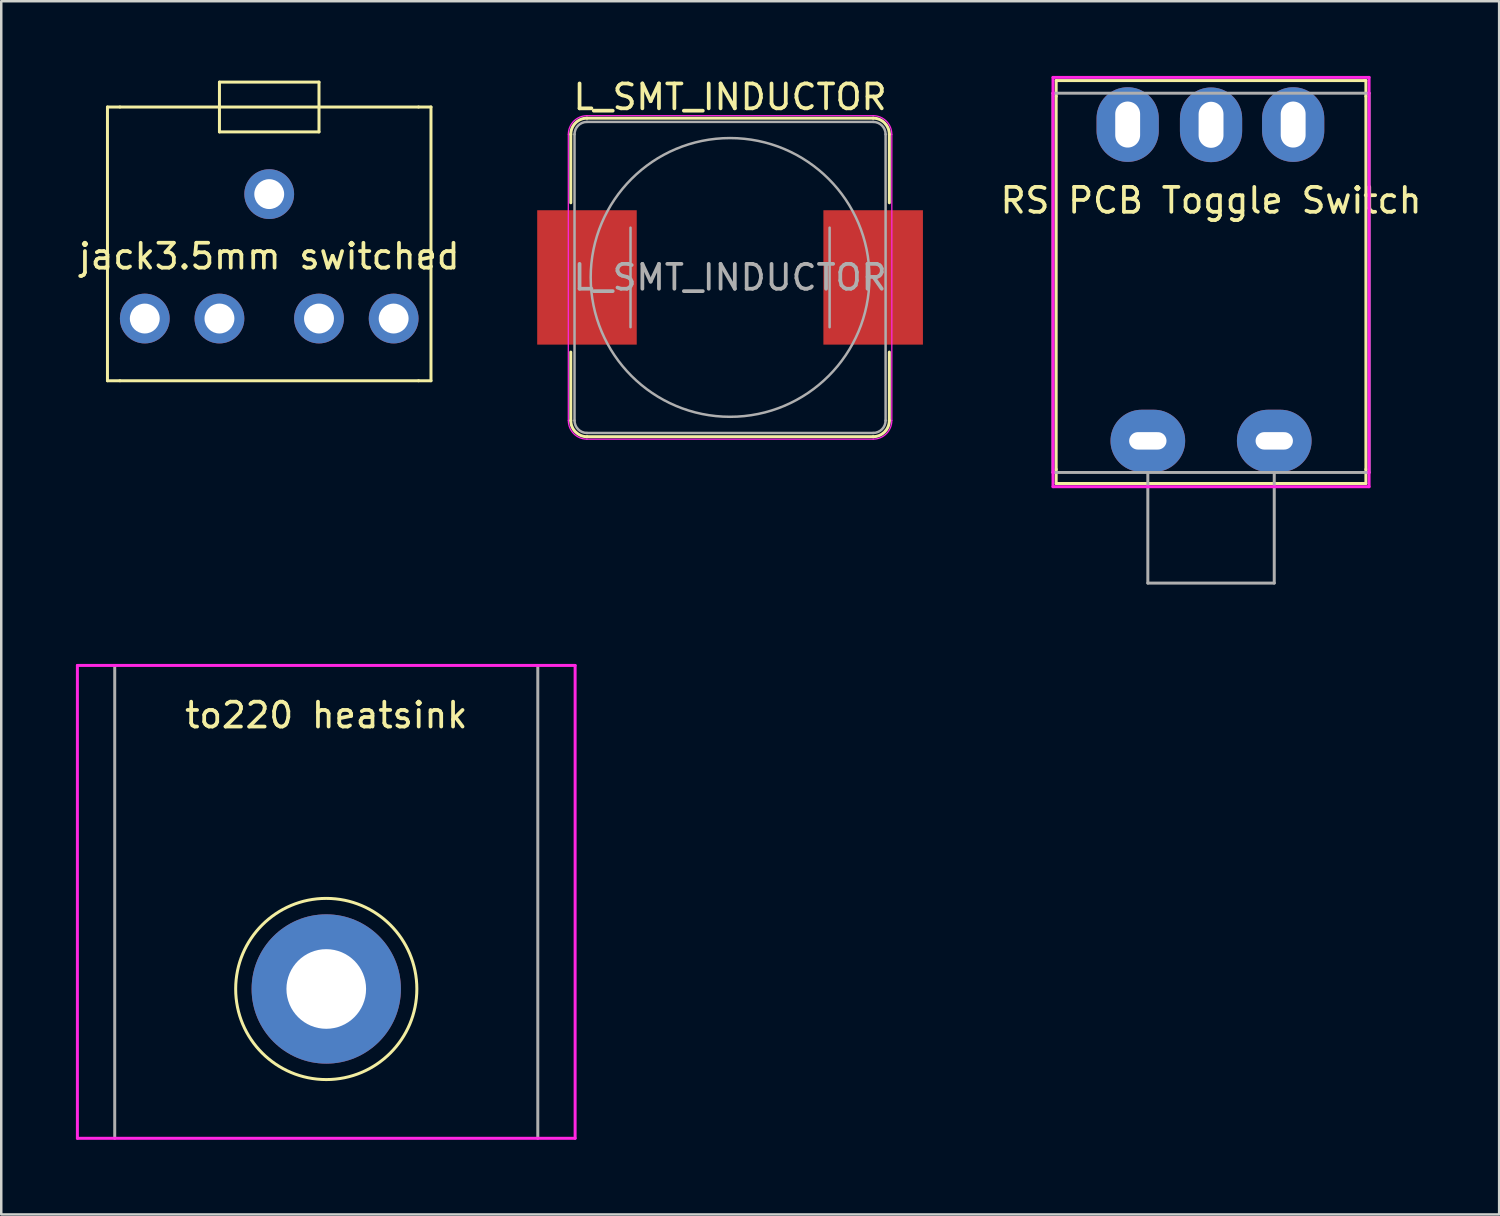
<source format=kicad_pcb>
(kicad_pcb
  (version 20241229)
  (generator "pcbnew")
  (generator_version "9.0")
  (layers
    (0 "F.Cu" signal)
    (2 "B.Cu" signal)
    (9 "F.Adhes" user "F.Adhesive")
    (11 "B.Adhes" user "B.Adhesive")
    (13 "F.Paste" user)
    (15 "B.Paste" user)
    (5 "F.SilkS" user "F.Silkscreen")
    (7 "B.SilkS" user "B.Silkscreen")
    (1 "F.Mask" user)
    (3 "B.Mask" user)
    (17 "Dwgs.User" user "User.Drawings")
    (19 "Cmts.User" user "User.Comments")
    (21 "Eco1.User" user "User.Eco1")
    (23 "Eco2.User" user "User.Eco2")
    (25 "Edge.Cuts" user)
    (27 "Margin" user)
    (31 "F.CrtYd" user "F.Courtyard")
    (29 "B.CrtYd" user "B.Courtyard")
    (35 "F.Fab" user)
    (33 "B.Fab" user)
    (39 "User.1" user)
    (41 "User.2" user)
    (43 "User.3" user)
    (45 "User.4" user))
  (footprint "L_SMT_INDUCTOR"
    (layer "F.Cu")
    (at 26.286 8.098)
    (property "Reference" "L_SMT_INDUCTOR" (at 0 -7.25 0) (layer "F.SilkS") (effects (font (size 1 1) (thickness 0.15))))
    (attr smd)
    (fp_line (start -6.4 -5.75) (end -6.4 -3) (stroke (width 0.12) (type solid)) (layer "F.SilkS"))
    (fp_line (start -6.4 3) (end -6.4 5.75) (stroke (width 0.12) (type solid)) (layer "F.SilkS"))
    (fp_line (start -5.75 -6.4) (end 5.75 -6.4) (stroke (width 0.12) (type solid)) (layer "F.SilkS"))
    (fp_line (start 5.75 6.4) (end -5.75 6.4) (stroke (width 0.12) (type solid)) (layer "F.SilkS"))
    (fp_line (start 6.4 -5.75) (end 6.4 -3) (stroke (width 0.12) (type solid)) (layer "F.SilkS"))
    (fp_line (start 6.4 3) (end 6.4 5.75) (stroke (width 0.12) (type solid)) (layer "F.SilkS"))
    (fp_arc (start -6.4 -5.75) (mid -6.209619 -6.209619) (end -5.75 -6.4) (stroke (width 0.12) (type solid)) (layer "F.SilkS"))
    (fp_arc (start -5.75 6.4) (mid -6.209619 6.209619) (end -6.4 5.75) (stroke (width 0.12) (type solid)) (layer "F.SilkS"))
    (fp_arc (start 5.75 -6.4) (mid 6.209619 -6.209619) (end 6.4 -5.75) (stroke (width 0.12) (type solid)) (layer "F.SilkS"))
    (fp_arc (start 6.4 5.75) (mid 6.209619 6.209619) (end 5.75 6.4) (stroke (width 0.12) (type solid)) (layer "F.SilkS"))
    (fp_line (start -6.5 5.75) (end -6.5 -5.75) (stroke (width 0.05) (type solid)) (layer "F.CrtYd"))
    (fp_line (start -5.75 -6.5) (end 5.75 -6.5) (stroke (width 0.05) (type solid)) (layer "F.CrtYd"))
    (fp_line (start 5.75 6.5) (end -5.75 6.5) (stroke (width 0.05) (type solid)) (layer "F.CrtYd"))
    (fp_line (start 6.5 -5.75) (end 6.5 5.75) (stroke (width 0.05) (type solid)) (layer "F.CrtYd"))
    (fp_arc (start -6.5 -5.75) (mid -6.28033 -6.28033) (end -5.75 -6.5) (stroke (width 0.05) (type solid)) (layer "F.CrtYd"))
    (fp_arc (start -5.75 6.5) (mid -6.28033 6.28033) (end -6.5 5.75) (stroke (width 0.05) (type solid)) (layer "F.CrtYd"))
    (fp_arc (start 5.75 -6.5) (mid 6.28033 -6.28033) (end 6.5 -5.75) (stroke (width 0.05) (type solid)) (layer "F.CrtYd"))
    (fp_arc (start 6.5 5.75) (mid 6.28033 6.28033) (end 5.75 6.5) (stroke (width 0.05) (type solid)) (layer "F.CrtYd"))
    (fp_line (start -6.25 -5.75) (end -6.25 5.75) (stroke (width 0.1) (type solid)) (layer "F.Fab"))
    (fp_line (start -5.75 -6.25) (end 5.75 -6.25) (stroke (width 0.1) (type solid)) (layer "F.Fab"))
    (fp_line (start -4 2) (end -4 -2) (stroke (width 0.1) (type solid)) (layer "F.Fab"))
    (fp_line (start 4 -2) (end 4 2) (stroke (width 0.1) (type solid)) (layer "F.Fab"))
    (fp_line (start 5.75 6.25) (end -5.75 6.25) (stroke (width 0.1) (type solid)) (layer "F.Fab"))
    (fp_line (start 6.25 -5.75) (end 6.25 5.75) (stroke (width 0.1) (type solid)) (layer "F.Fab"))
    (fp_arc (start -6.25 -5.75) (mid -6.103553 -6.103553) (end -5.75 -6.25) (stroke (width 0.1) (type solid)) (layer "F.Fab"))
    (fp_arc (start -5.75 6.25) (mid -6.103553 6.103553) (end -6.25 5.75) (stroke (width 0.1) (type solid)) (layer "F.Fab"))
    (fp_arc (start 5.75 -6.25) (mid 6.103553 -6.103553) (end 6.25 -5.75) (stroke (width 0.1) (type solid)) (layer "F.Fab"))
    (fp_arc (start 6.25 5.75) (mid 6.103553 6.103553) (end 5.75 6.25) (stroke (width 0.1) (type solid)) (layer "F.Fab"))
    (fp_circle (center 0 0) (end 0 -5.6) (stroke (width 0.1) (type solid)) (fill no) (layer "F.Fab"))
    (fp_text user "${REFERENCE}" (at 0 0 0) (layer "F.Fab") (effects (font (size 1 1) (thickness 0.15))))
    (pad "1" smd rect (at -5.75 0) (size 4 5.4) (layers "F.Cu" "F.Mask" "F.Paste"))
    (pad "2" smd rect (at 5.75 0) (size 4 5.4) (layers "F.Cu" "F.Mask" "F.Paste")))
  (footprint "jack3.5mm switched"
    (layer "F.Cu")
    (at 7.768 0.25)
    (property "Reference" "jack3.5mm switched" (at 0 7 0) (unlocked yes) (layer "F.SilkS") (effects (font (size 1 1) (thickness 0.15))))
    (attr through_hole)
    (fp_line (start -6.5 1) (end -6.5 12) (stroke (width 0.12) (type solid)) (layer "F.SilkS"))
    (fp_line (start -6.5 12) (end -6 12) (stroke (width 0.12) (type solid)) (layer "F.SilkS"))
    (fp_line (start -6 1) (end -6.5 1) (stroke (width 0.12) (type solid)) (layer "F.SilkS"))
    (fp_line (start -6 12) (end 6 12) (stroke (width 0.12) (type solid)) (layer "F.SilkS"))
    (fp_line (start -2 0) (end -2 2) (stroke (width 0.12) (type solid)) (layer "F.SilkS"))
    (fp_line (start -2 2) (end 2 2) (stroke (width 0.12) (type solid)) (layer "F.SilkS"))
    (fp_line (start 2 0) (end -2 0) (stroke (width 0.12) (type solid)) (layer "F.SilkS"))
    (fp_line (start 2 2) (end 2 0) (stroke (width 0.12) (type solid)) (layer "F.SilkS"))
    (fp_line (start 6 1) (end -6 1) (stroke (width 0.12) (type solid)) (layer "F.SilkS"))
    (fp_line (start 6 12) (end 6.5 12) (stroke (width 0.12) (type solid)) (layer "F.SilkS"))
    (fp_line (start 6.5 1) (end 6 1) (stroke (width 0.12) (type solid)) (layer "F.SilkS"))
    (fp_line (start 6.5 12) (end 6.5 1) (stroke (width 0.12) (type solid)) (layer "F.SilkS"))
    (pad "G" thru_hole circle (at 0 4.5 270) (size 2 2) (drill 1.2) (layers "*.Cu" "*.Mask"))
    (pad "S" thru_hole circle (at 5 9.5 270) (size 2 2) (drill 1.2) (layers "*.Cu" "*.Mask"))
    (pad "SN" thru_hole circle (at 2 9.5 270) (size 2 2) (drill 1.2) (layers "*.Cu" "*.Mask"))
    (pad "T" thru_hole circle (at -5 9.5 270) (size 2 2) (drill 1.2) (layers "*.Cu" "*.Mask"))
    (pad "TN" thru_hole circle (at -2 9.5 270) (size 2 2) (drill 1.2) (layers "*.Cu" "*.Mask")))
  (footprint "to220 heatsink"
    (layer "F.Cu")
    (at 10.06 23.69)
    (property "Reference" "to220 heatsink" (at 0 2 0) (unlocked yes) (layer "F.SilkS") (effects (font (size 1 1) (thickness 0.15))))
    (attr through_hole)
    (fp_circle (center 0 13) (end 3.5 12) (stroke (width 0.12) (type solid)) (fill no) (layer "F.SilkS"))
    (fp_line (start -10 0) (end 10 0) (stroke (width 0.12) (type solid)) (layer "F.CrtYd"))
    (fp_line (start -10 19) (end -10 0) (stroke (width 0.12) (type solid)) (layer "F.CrtYd"))
    (fp_line (start 10 0) (end 10 19) (stroke (width 0.12) (type solid)) (layer "F.CrtYd"))
    (fp_line (start 10 19) (end -10 19) (stroke (width 0.12) (type solid)) (layer "F.CrtYd"))
    (fp_line (start -8.5 0) (end -8.5 19) (stroke (width 0.12) (type solid)) (layer "F.Fab"))
    (fp_line (start 8.5 0) (end 8.5 19) (stroke (width 0.12) (type solid)) (layer "F.Fab"))
    (pad "1" thru_hole circle (at 0 13) (size 6 6) (drill 3.2) (layers "*.Cu" "*.Mask")))
  (footprint "RS PCB Toggle Switch"
    (layer "F.Cu")
    (at 45.613 4.505)
    (property "Reference" "RS PCB Toggle Switch" (at 0 0.5 0) (unlocked yes) (layer "F.SilkS") (effects (font (size 1 1) (thickness 0.15))))
    (attr through_hole)
    (fp_line (start -6.223 -4.318) (end 6.16 -4.318) (stroke (width 0.12) (type solid)) (layer "F.SilkS"))
    (fp_line (start -6.223 -3.683) (end -6.223 -4.318) (stroke (width 0.12) (type solid)) (layer "F.SilkS"))
    (fp_line (start -6.223 11.303) (end -6.223 -3.683) (stroke (width 0.12) (type solid)) (layer "F.SilkS"))
    (fp_line (start -6.223 11.874) (end -6.223 11.303) (stroke (width 0.12) (type solid)) (layer "F.SilkS"))
    (fp_line (start 6.16 -4.318) (end 6.223 -4.318) (stroke (width 0.12) (type solid)) (layer "F.SilkS"))
    (fp_line (start 6.223 -4.318) (end 6.223 -3.683) (stroke (width 0.12) (type solid)) (layer "F.SilkS"))
    (fp_line (start 6.223 -3.683) (end 6.223 11.303) (stroke (width 0.12) (type solid)) (layer "F.SilkS"))
    (fp_line (start 6.223 11.303) (end 6.223 11.874) (stroke (width 0.12) (type solid)) (layer "F.SilkS"))
    (fp_line (start 6.223 11.874) (end -6.223 11.874) (stroke (width 0.12) (type solid)) (layer "F.SilkS"))
    (fp_line (start -6.35 -4.445) (end 6.35 -4.445) (stroke (width 0.12) (type solid)) (layer "F.CrtYd"))
    (fp_line (start -6.35 -3.81) (end -6.35 -4.445) (stroke (width 0.12) (type solid)) (layer "F.CrtYd"))
    (fp_line (start -6.35 11.43) (end -6.35 -3.81) (stroke (width 0.12) (type solid)) (layer "F.CrtYd"))
    (fp_line (start -6.35 11.43) (end -6.35 12.002) (stroke (width 0.12) (type solid)) (layer "F.CrtYd"))
    (fp_line (start -6.35 12.002) (end 6.35 12.002) (stroke (width 0.12) (type solid)) (layer "F.CrtYd"))
    (fp_line (start 6.35 -4.445) (end 6.35 -3.81) (stroke (width 0.12) (type solid)) (layer "F.CrtYd"))
    (fp_line (start 6.35 -3.81) (end 6.35 11.43) (stroke (width 0.12) (type solid)) (layer "F.CrtYd"))
    (fp_line (start 6.35 12.002) (end 6.35 11.43) (stroke (width 0.12) (type solid)) (layer "F.CrtYd"))
    (fp_line (start -6.35 -3.81) (end 6.35 -3.81) (stroke (width 0.12) (type solid)) (layer "F.Fab"))
    (fp_line (start -6.35 11.43) (end -6.35 -3.81) (stroke (width 0.12) (type solid)) (layer "F.Fab"))
    (fp_line (start -2.54 11.43) (end -2.54 15.875) (stroke (width 0.12) (type solid)) (layer "F.Fab"))
    (fp_line (start -2.54 15.875) (end 2.54 15.875) (stroke (width 0.12) (type solid)) (layer "F.Fab"))
    (fp_line (start 2.54 15.875) (end 2.54 11.43) (stroke (width 0.12) (type solid)) (layer "F.Fab"))
    (fp_line (start 6.35 -3.81) (end 6.35 11.43) (stroke (width 0.12) (type solid)) (layer "F.Fab"))
    (fp_line (start 6.35 11.43) (end -6.35 11.43) (stroke (width 0.12) (type solid)) (layer "F.Fab"))
    (pad "1" thru_hole oval (at 3.3 -2.55) (size 2.5 3) (drill oval 1 1.85) (layers "*.Cu" "*.Mask"))
    (pad "2" thru_hole oval (at 0 -2.54) (size 2.5 3) (drill oval 1 1.85) (layers "*.Cu" "*.Mask"))
    (pad "3" thru_hole oval (at -3.35 -2.55) (size 2.5 3) (drill oval 1 1.85) (layers "*.Cu" "*.Mask"))
    (pad "4" thru_hole oval (at -2.54 10.16) (size 3 2.5) (drill oval 1.5 0.7) (layers "*.Cu" "*.Mask"))
    (pad "5" thru_hole oval (at 2.54 10.16) (size 3 2.5) (drill oval 1.5 0.7) (layers "*.Cu" "*.Mask")))
  (gr_rect
    (start -3 -3)
    (end 57.19 45.75)
    (stroke (width 0.1) (type default))
    (fill no)
    (layer "Edge.Cuts")))
</source>
